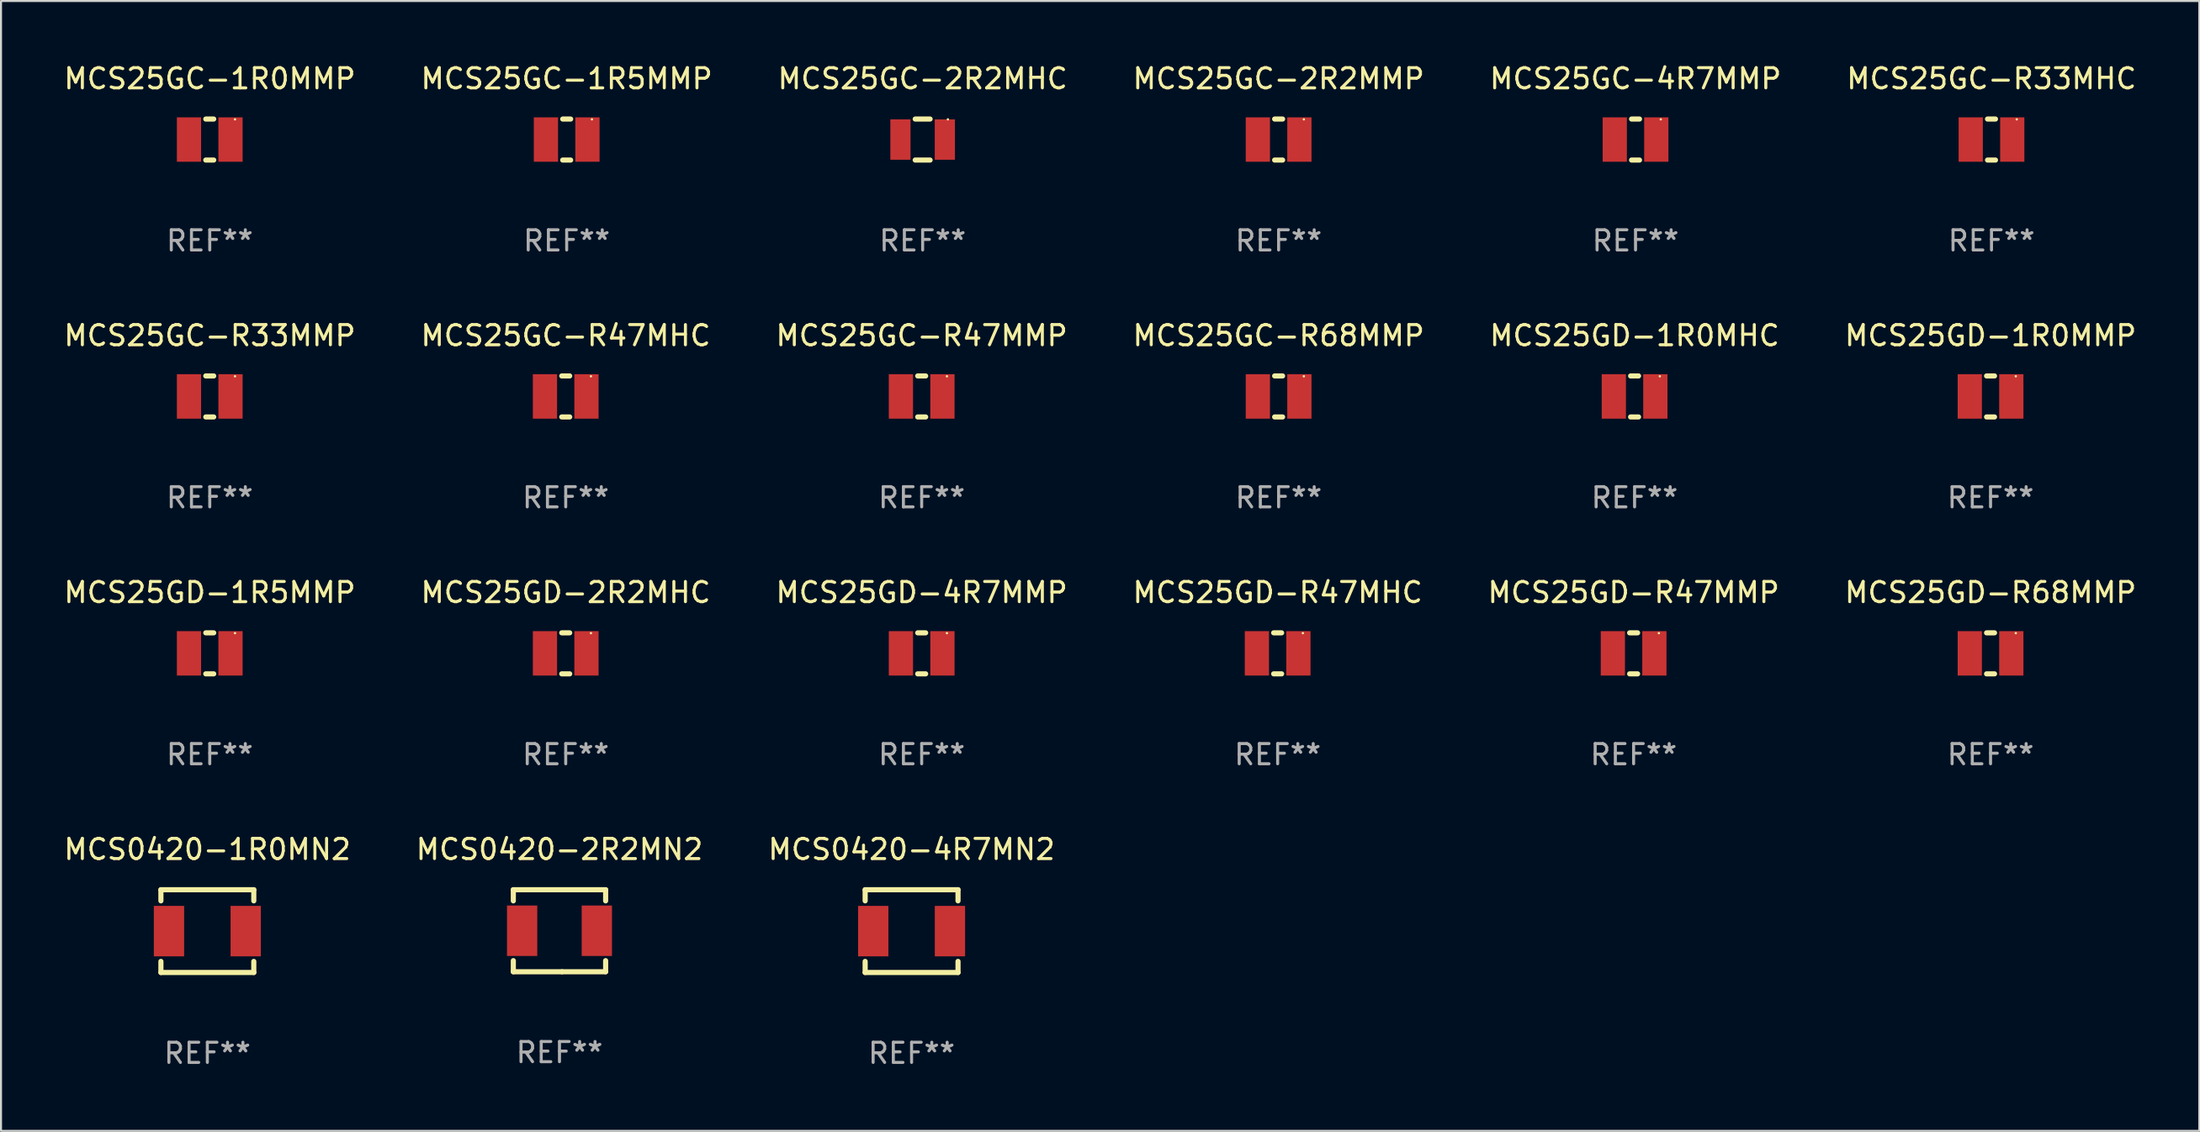
<source format=kicad_pcb>
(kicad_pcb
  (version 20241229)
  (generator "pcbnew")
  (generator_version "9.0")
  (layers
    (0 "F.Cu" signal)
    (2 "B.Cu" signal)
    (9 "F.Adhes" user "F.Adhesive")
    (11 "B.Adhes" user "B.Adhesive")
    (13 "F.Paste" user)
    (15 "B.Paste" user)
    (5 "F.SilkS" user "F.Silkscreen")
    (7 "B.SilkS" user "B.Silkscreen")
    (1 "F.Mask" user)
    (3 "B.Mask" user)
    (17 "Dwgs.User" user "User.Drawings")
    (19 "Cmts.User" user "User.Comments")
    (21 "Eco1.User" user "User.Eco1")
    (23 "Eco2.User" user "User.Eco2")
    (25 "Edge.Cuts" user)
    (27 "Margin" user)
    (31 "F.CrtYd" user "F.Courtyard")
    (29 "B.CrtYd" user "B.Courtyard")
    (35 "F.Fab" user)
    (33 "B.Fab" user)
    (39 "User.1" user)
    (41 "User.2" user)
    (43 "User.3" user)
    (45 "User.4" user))
  (footprint "MCS25GC-2R2MMP"
    (layer "F.Cu")
    (at 60.28 3.864)
    (property "Reference" "MCS25GC-2R2MMP" (at 0 -3.016 0) (layer "F.SilkS") (effects (font (size 1 1) (thickness 0.15))))
    (attr through_hole)
    (fp_line (start -0.197 1.016) (end 0.197 1.016) (stroke (width 0.254) (type solid)) (layer "F.SilkS"))
    (fp_line (start 0.197 -1.016) (end -0.197 -1.016) (stroke (width 0.254) (type solid)) (layer "F.SilkS"))
    (fp_circle (center 1.25 -1) (end 1.28 -1) (stroke (width 0.06) (type solid)) (fill no) (layer "F.SilkS"))
    (fp_text user "REF**" (at 0 5.016 0) (layer "F.Fab") (effects (font (size 1 1) (thickness 0.15))))
    (pad "1" smd rect (at 1.028 0) (size 1.2 2.2) (layers "F.Cu" "F.Mask" "F.Paste"))
    (pad "2" smd rect (at -1.028 0) (size 1.2 2.2) (layers "F.Cu" "F.Mask" "F.Paste")))
  (footprint "MCS25GC-R33MHC"
    (layer "F.Cu")
    (at 95.589 3.864)
    (property "Reference" "MCS25GC-R33MHC" (at 0 -3.016 0) (layer "F.SilkS") (effects (font (size 1 1) (thickness 0.15))))
    (attr through_hole)
    (fp_line (start -0.197 1.016) (end 0.197 1.016) (stroke (width 0.254) (type solid)) (layer "F.SilkS"))
    (fp_line (start 0.197 -1.016) (end -0.197 -1.016) (stroke (width 0.254) (type solid)) (layer "F.SilkS"))
    (fp_circle (center 1.25 -1) (end 1.28 -1) (stroke (width 0.06) (type solid)) (fill no) (layer "F.SilkS"))
    (fp_text user "REF**" (at 0 5.016 0) (layer "F.Fab") (effects (font (size 1 1) (thickness 0.15))))
    (pad "1" smd rect (at 1.028 0) (size 1.2 2.2) (layers "F.Cu" "F.Mask" "F.Paste"))
    (pad "2" smd rect (at -1.028 0) (size 1.2 2.2) (layers "F.Cu" "F.Mask" "F.Paste")))
  (footprint "MCS0420-4R7MN2"
    (layer "F.Cu")
    (at 42.101 43.084)
    (property "Reference" "MCS0420-4R7MN2" (at 0 -4.05 0) (layer "F.SilkS") (effects (font (size 1 1) (thickness 0.15))))
    (attr through_hole)
    (fp_line (start -2.3 -2.05) (end 2.3 -2.05) (stroke (width 0.254) (type solid)) (layer "F.SilkS"))
    (fp_line (start -2.3 -1.5) (end -2.3 -2.05) (stroke (width 0.254) (type solid)) (layer "F.SilkS"))
    (fp_line (start -2.3 2.05) (end -2.3 1.5) (stroke (width 0.254) (type solid)) (layer "F.SilkS"))
    (fp_line (start 2.3 2.05) (end 2.3 1.5) (stroke (width 0.254) (type solid)) (layer "F.SilkS"))
    (fp_line (start 2.3 -1.5) (end 2.3 -2.049) (stroke (width 0.254) (type solid)) (layer "F.SilkS"))
    (fp_line (start 2.3 2.05) (end -2.3 2.05) (stroke (width 0.254) (type solid)) (layer "F.SilkS"))
    (fp_circle (center -2.3 2.05) (end -2.27 2.05) (stroke (width 0.06) (type solid)) (fill no) (layer "F.SilkS"))
    (fp_text user "REF**" (at 0 6.05 0) (layer "F.Fab") (effects (font (size 1 1) (thickness 0.15))))
    (pad "1" smd rect (at -1.9 0 90) (size 2.5 1.5) (layers "F.Cu" "F.Mask" "F.Paste"))
    (pad "2" smd rect (at 1.9 0 90) (size 2.5 1.5) (layers "F.Cu" "F.Mask" "F.Paste")))
  (footprint "MCS25GD-1R0MHC"
    (layer "F.Cu")
    (at 77.911 16.593)
    (property "Reference" "MCS25GD-1R0MHC" (at 0 -3.016 0) (layer "F.SilkS") (effects (font (size 1 1) (thickness 0.15))))
    (attr through_hole)
    (fp_line (start -0.197 1.016) (end 0.197 1.016) (stroke (width 0.254) (type solid)) (layer "F.SilkS"))
    (fp_line (start 0.197 -1.016) (end -0.197 -1.016) (stroke (width 0.254) (type solid)) (layer "F.SilkS"))
    (fp_circle (center 1.25 -1) (end 1.28 -1) (stroke (width 0.06) (type solid)) (fill no) (layer "F.SilkS"))
    (fp_text user "REF**" (at 0 5.016 0) (layer "F.Fab") (effects (font (size 1 1) (thickness 0.15))))
    (pad "1" smd rect (at 1.028 0) (size 1.2 2.2) (layers "F.Cu" "F.Mask" "F.Paste"))
    (pad "2" smd rect (at -1.028 0) (size 1.2 2.2) (layers "F.Cu" "F.Mask" "F.Paste")))
  (footprint "MCS0420-2R2MN2"
    (layer "F.Cu")
    (at 24.661 43.066)
    (property "Reference" "MCS0420-2R2MN2" (at 0 -4.032 0) (layer "F.SilkS") (effects (font (size 1 1) (thickness 0.15))))
    (attr through_hole)
    (fp_line (start -2.286 -2.032) (end 2.286 -2.032) (stroke (width 0.254) (type solid)) (layer "F.SilkS"))
    (fp_line (start -2.286 -1.481) (end -2.286 -2.032) (stroke (width 0.254) (type solid)) (layer "F.SilkS"))
    (fp_line (start -2.286 2.032) (end -2.286 1.481) (stroke (width 0.254) (type solid)) (layer "F.SilkS"))
    (fp_line (start 0.127 2.032) (end -2.286 2.032) (stroke (width 0.254) (type solid)) (layer "F.SilkS"))
    (fp_line (start 2.286 -2.032) (end 2.286 -1.481) (stroke (width 0.254) (type solid)) (layer "F.SilkS"))
    (fp_line (start 2.286 1.481) (end 2.286 2.032) (stroke (width 0.254) (type solid)) (layer "F.SilkS"))
    (fp_line (start 2.286 2.032) (end 0.127 2.032) (stroke (width 0.254) (type solid)) (layer "F.SilkS"))
    (fp_circle (center -2.25 2) (end -2.22 2) (stroke (width 0.06) (type solid)) (fill no) (layer "F.SilkS"))
    (fp_text user "REF**" (at 0 6.032 0) (layer "F.Fab") (effects (font (size 1 1) (thickness 0.15))))
    (pad "1" smd rect (at -1.85 0) (size 1.5 2.5) (layers "F.Cu" "F.Mask" "F.Paste"))
    (pad "2" smd rect (at 1.85 0) (size 1.5 2.5) (layers "F.Cu" "F.Mask" "F.Paste")))
  (footprint "MCS25GC-R33MMP"
    (layer "F.Cu")
    (at 7.339 16.593)
    (property "Reference" "MCS25GC-R33MMP" (at 0 -3.016 0) (layer "F.SilkS") (effects (font (size 1 1) (thickness 0.15))))
    (attr through_hole)
    (fp_line (start -0.197 1.016) (end 0.197 1.016) (stroke (width 0.254) (type solid)) (layer "F.SilkS"))
    (fp_line (start 0.197 -1.016) (end -0.197 -1.016) (stroke (width 0.254) (type solid)) (layer "F.SilkS"))
    (fp_circle (center 1.25 -1) (end 1.28 -1) (stroke (width 0.06) (type solid)) (fill no) (layer "F.SilkS"))
    (fp_text user "REF**" (at 0 5.016 0) (layer "F.Fab") (effects (font (size 1 1) (thickness 0.15))))
    (pad "1" smd rect (at 1.028 0) (size 1.2 2.2) (layers "F.Cu" "F.Mask" "F.Paste"))
    (pad "2" smd rect (at -1.028 0) (size 1.2 2.2) (layers "F.Cu" "F.Mask" "F.Paste")))
  (footprint "MCS25GC-R68MMP"
    (layer "F.Cu")
    (at 60.28 16.593)
    (property "Reference" "MCS25GC-R68MMP" (at 0 -3.016 0) (layer "F.SilkS") (effects (font (size 1 1) (thickness 0.15))))
    (attr through_hole)
    (fp_line (start -0.197 1.016) (end 0.197 1.016) (stroke (width 0.254) (type solid)) (layer "F.SilkS"))
    (fp_line (start 0.197 -1.016) (end -0.197 -1.016) (stroke (width 0.254) (type solid)) (layer "F.SilkS"))
    (fp_circle (center 1.25 -1) (end 1.28 -1) (stroke (width 0.06) (type solid)) (fill no) (layer "F.SilkS"))
    (fp_text user "REF**" (at 0 5.016 0) (layer "F.Fab") (effects (font (size 1 1) (thickness 0.15))))
    (pad "1" smd rect (at 1.028 0) (size 1.2 2.2) (layers "F.Cu" "F.Mask" "F.Paste"))
    (pad "2" smd rect (at -1.028 0) (size 1.2 2.2) (layers "F.Cu" "F.Mask" "F.Paste")))
  (footprint "MCS25GD-1R5MMP"
    (layer "F.Cu")
    (at 7.339 29.321)
    (property "Reference" "MCS25GD-1R5MMP" (at 0 -3.016 0) (layer "F.SilkS") (effects (font (size 1 1) (thickness 0.15))))
    (attr through_hole)
    (fp_line (start -0.197 1.016) (end 0.197 1.016) (stroke (width 0.254) (type solid)) (layer "F.SilkS"))
    (fp_line (start 0.197 -1.016) (end -0.197 -1.016) (stroke (width 0.254) (type solid)) (layer "F.SilkS"))
    (fp_circle (center 1.25 -1) (end 1.28 -1) (stroke (width 0.06) (type solid)) (fill no) (layer "F.SilkS"))
    (fp_text user "REF**" (at 0 5.016 0) (layer "F.Fab") (effects (font (size 1 1) (thickness 0.15))))
    (pad "1" smd rect (at 1.028 0) (size 1.2 2.2) (layers "F.Cu" "F.Mask" "F.Paste"))
    (pad "2" smd rect (at -1.028 0) (size 1.2 2.2) (layers "F.Cu" "F.Mask" "F.Paste")))
  (footprint "MCS25GC-1R0MMP"
    (layer "F.Cu")
    (at 7.339 3.864)
    (property "Reference" "MCS25GC-1R0MMP" (at 0 -3.016 0) (layer "F.SilkS") (effects (font (size 1 1) (thickness 0.15))))
    (attr through_hole)
    (fp_line (start -0.197 1.016) (end 0.197 1.016) (stroke (width 0.254) (type solid)) (layer "F.SilkS"))
    (fp_line (start 0.197 -1.016) (end -0.197 -1.016) (stroke (width 0.254) (type solid)) (layer "F.SilkS"))
    (fp_circle (center 1.25 -1) (end 1.28 -1) (stroke (width 0.06) (type solid)) (fill no) (layer "F.SilkS"))
    (fp_text user "REF**" (at 0 5.016 0) (layer "F.Fab") (effects (font (size 1 1) (thickness 0.15))))
    (pad "1" smd rect (at 1.028 0) (size 1.2 2.2) (layers "F.Cu" "F.Mask" "F.Paste"))
    (pad "2" smd rect (at -1.028 0) (size 1.2 2.2) (layers "F.Cu" "F.Mask" "F.Paste")))
  (footprint "MCS25GD-R47MHC"
    (layer "F.Cu")
    (at 60.232 29.321)
    (property "Reference" "MCS25GD-R47MHC" (at 0 -3.016 0) (layer "F.SilkS") (effects (font (size 1 1) (thickness 0.15))))
    (attr through_hole)
    (fp_line (start -0.197 1.016) (end 0.197 1.016) (stroke (width 0.254) (type solid)) (layer "F.SilkS"))
    (fp_line (start 0.197 -1.016) (end -0.197 -1.016) (stroke (width 0.254) (type solid)) (layer "F.SilkS"))
    (fp_circle (center 1.25 -1) (end 1.28 -1) (stroke (width 0.06) (type solid)) (fill no) (layer "F.SilkS"))
    (fp_text user "REF**" (at 0 5.016 0) (layer "F.Fab") (effects (font (size 1 1) (thickness 0.15))))
    (pad "1" smd rect (at 1.028 0) (size 1.2 2.2) (layers "F.Cu" "F.Mask" "F.Paste"))
    (pad "2" smd rect (at -1.028 0) (size 1.2 2.2) (layers "F.Cu" "F.Mask" "F.Paste")))
  (footprint "MCS25GC-2R2MHC"
    (layer "F.Cu")
    (at 42.649 3.864)
    (property "Reference" "MCS25GC-2R2MHC" (at 0 -3.016 0) (layer "F.SilkS") (effects (font (size 1 1) (thickness 0.15))))
    (attr through_hole)
    (fp_line (start -0.369 1.016) (end 0.369 1.016) (stroke (width 0.254) (type solid)) (layer "F.SilkS"))
    (fp_line (start 0.369 -1.016) (end -0.369 -1.016) (stroke (width 0.254) (type solid)) (layer "F.SilkS"))
    (fp_circle (center 1.25 -1) (end 1.28 -1) (stroke (width 0.06) (type solid)) (fill no) (layer "F.SilkS"))
    (fp_text user "REF**" (at 0 5.016 0) (layer "F.Fab") (effects (font (size 1 1) (thickness 0.15))))
    (pad "1" smd rect (at 1.1 0) (size 1 2) (layers "F.Cu" "F.Mask" "F.Paste"))
    (pad "2" smd rect (at -1.1 0) (size 1 2) (layers "F.Cu" "F.Mask" "F.Paste")))
  (footprint "MCS25GC-R47MMP"
    (layer "F.Cu")
    (at 42.601 16.593)
    (property "Reference" "MCS25GC-R47MMP" (at 0 -3.016 0) (layer "F.SilkS") (effects (font (size 1 1) (thickness 0.15))))
    (attr through_hole)
    (fp_line (start -0.197 1.016) (end 0.197 1.016) (stroke (width 0.254) (type solid)) (layer "F.SilkS"))
    (fp_line (start 0.197 -1.016) (end -0.197 -1.016) (stroke (width 0.254) (type solid)) (layer "F.SilkS"))
    (fp_circle (center 1.25 -1) (end 1.28 -1) (stroke (width 0.06) (type solid)) (fill no) (layer "F.SilkS"))
    (fp_text user "REF**" (at 0 5.016 0) (layer "F.Fab") (effects (font (size 1 1) (thickness 0.15))))
    (pad "1" smd rect (at 1.028 0) (size 1.2 2.2) (layers "F.Cu" "F.Mask" "F.Paste"))
    (pad "2" smd rect (at -1.028 0) (size 1.2 2.2) (layers "F.Cu" "F.Mask" "F.Paste")))
  (footprint "MCS25GD-4R7MMP"
    (layer "F.Cu")
    (at 42.601 29.321)
    (property "Reference" "MCS25GD-4R7MMP" (at 0 -3.016 0) (layer "F.SilkS") (effects (font (size 1 1) (thickness 0.15))))
    (attr through_hole)
    (fp_line (start -0.197 1.016) (end 0.197 1.016) (stroke (width 0.254) (type solid)) (layer "F.SilkS"))
    (fp_line (start 0.197 -1.016) (end -0.197 -1.016) (stroke (width 0.254) (type solid)) (layer "F.SilkS"))
    (fp_circle (center 1.25 -1) (end 1.28 -1) (stroke (width 0.06) (type solid)) (fill no) (layer "F.SilkS"))
    (fp_text user "REF**" (at 0 5.016 0) (layer "F.Fab") (effects (font (size 1 1) (thickness 0.15))))
    (pad "1" smd rect (at 1.028 0) (size 1.2 2.2) (layers "F.Cu" "F.Mask" "F.Paste"))
    (pad "2" smd rect (at -1.028 0) (size 1.2 2.2) (layers "F.Cu" "F.Mask" "F.Paste")))
  (footprint "MCS25GC-1R5MMP"
    (layer "F.Cu")
    (at 25.018 3.864)
    (property "Reference" "MCS25GC-1R5MMP" (at 0 -3.016 0) (layer "F.SilkS") (effects (font (size 1 1) (thickness 0.15))))
    (attr through_hole)
    (fp_line (start -0.197 1.016) (end 0.197 1.016) (stroke (width 0.254) (type solid)) (layer "F.SilkS"))
    (fp_line (start 0.197 -1.016) (end -0.197 -1.016) (stroke (width 0.254) (type solid)) (layer "F.SilkS"))
    (fp_circle (center 1.25 -1) (end 1.28 -1) (stroke (width 0.06) (type solid)) (fill no) (layer "F.SilkS"))
    (fp_text user "REF**" (at 0 5.016 0) (layer "F.Fab") (effects (font (size 1 1) (thickness 0.15))))
    (pad "1" smd rect (at 1.028 0) (size 1.2 2.2) (layers "F.Cu" "F.Mask" "F.Paste"))
    (pad "2" smd rect (at -1.028 0) (size 1.2 2.2) (layers "F.Cu" "F.Mask" "F.Paste")))
  (footprint "MCS25GD-1R0MMP"
    (layer "F.Cu")
    (at 95.542 16.593)
    (property "Reference" "MCS25GD-1R0MMP" (at 0 -3.016 0) (layer "F.SilkS") (effects (font (size 1 1) (thickness 0.15))))
    (attr through_hole)
    (fp_line (start -0.197 1.016) (end 0.197 1.016) (stroke (width 0.254) (type solid)) (layer "F.SilkS"))
    (fp_line (start 0.197 -1.016) (end -0.197 -1.016) (stroke (width 0.254) (type solid)) (layer "F.SilkS"))
    (fp_circle (center 1.25 -1) (end 1.28 -1) (stroke (width 0.06) (type solid)) (fill no) (layer "F.SilkS"))
    (fp_text user "REF**" (at 0 5.016 0) (layer "F.Fab") (effects (font (size 1 1) (thickness 0.15))))
    (pad "1" smd rect (at 1.028 0) (size 1.2 2.2) (layers "F.Cu" "F.Mask" "F.Paste"))
    (pad "2" smd rect (at -1.028 0) (size 1.2 2.2) (layers "F.Cu" "F.Mask" "F.Paste")))
  (footprint "MCS25GD-R47MMP"
    (layer "F.Cu")
    (at 77.863 29.321)
    (property "Reference" "MCS25GD-R47MMP" (at 0 -3.016 0) (layer "F.SilkS") (effects (font (size 1 1) (thickness 0.15))))
    (attr through_hole)
    (fp_line (start -0.197 1.016) (end 0.197 1.016) (stroke (width 0.254) (type solid)) (layer "F.SilkS"))
    (fp_line (start 0.197 -1.016) (end -0.197 -1.016) (stroke (width 0.254) (type solid)) (layer "F.SilkS"))
    (fp_circle (center 1.25 -1) (end 1.28 -1) (stroke (width 0.06) (type solid)) (fill no) (layer "F.SilkS"))
    (fp_text user "REF**" (at 0 5.016 0) (layer "F.Fab") (effects (font (size 1 1) (thickness 0.15))))
    (pad "1" smd rect (at 1.028 0) (size 1.2 2.2) (layers "F.Cu" "F.Mask" "F.Paste"))
    (pad "2" smd rect (at -1.028 0) (size 1.2 2.2) (layers "F.Cu" "F.Mask" "F.Paste")))
  (footprint "MCS25GD-R68MMP"
    (layer "F.Cu")
    (at 95.542 29.321)
    (property "Reference" "MCS25GD-R68MMP" (at 0 -3.016 0) (layer "F.SilkS") (effects (font (size 1 1) (thickness 0.15))))
    (attr through_hole)
    (fp_line (start -0.197 1.016) (end 0.197 1.016) (stroke (width 0.254) (type solid)) (layer "F.SilkS"))
    (fp_line (start 0.197 -1.016) (end -0.197 -1.016) (stroke (width 0.254) (type solid)) (layer "F.SilkS"))
    (fp_circle (center 1.25 -1) (end 1.28 -1) (stroke (width 0.06) (type solid)) (fill no) (layer "F.SilkS"))
    (fp_text user "REF**" (at 0 5.016 0) (layer "F.Fab") (effects (font (size 1 1) (thickness 0.15))))
    (pad "1" smd rect (at 1.028 0) (size 1.2 2.2) (layers "F.Cu" "F.Mask" "F.Paste"))
    (pad "2" smd rect (at -1.028 0) (size 1.2 2.2) (layers "F.Cu" "F.Mask" "F.Paste")))
  (footprint "MCS25GC-4R7MMP"
    (layer "F.Cu")
    (at 77.958 3.864)
    (property "Reference" "MCS25GC-4R7MMP" (at 0 -3.016 0) (layer "F.SilkS") (effects (font (size 1 1) (thickness 0.15))))
    (attr through_hole)
    (fp_line (start -0.197 1.016) (end 0.197 1.016) (stroke (width 0.254) (type solid)) (layer "F.SilkS"))
    (fp_line (start 0.197 -1.016) (end -0.197 -1.016) (stroke (width 0.254) (type solid)) (layer "F.SilkS"))
    (fp_circle (center 1.25 -1) (end 1.28 -1) (stroke (width 0.06) (type solid)) (fill no) (layer "F.SilkS"))
    (fp_text user "REF**" (at 0 5.016 0) (layer "F.Fab") (effects (font (size 1 1) (thickness 0.15))))
    (pad "1" smd rect (at 1.028 0) (size 1.2 2.2) (layers "F.Cu" "F.Mask" "F.Paste"))
    (pad "2" smd rect (at -1.028 0) (size 1.2 2.2) (layers "F.Cu" "F.Mask" "F.Paste")))
  (footprint "MCS25GD-2R2MHC"
    (layer "F.Cu")
    (at 24.97 29.321)
    (property "Reference" "MCS25GD-2R2MHC" (at 0 -3.016 0) (layer "F.SilkS") (effects (font (size 1 1) (thickness 0.15))))
    (attr through_hole)
    (fp_line (start -0.197 1.016) (end 0.197 1.016) (stroke (width 0.254) (type solid)) (layer "F.SilkS"))
    (fp_line (start 0.197 -1.016) (end -0.197 -1.016) (stroke (width 0.254) (type solid)) (layer "F.SilkS"))
    (fp_circle (center 1.25 -1) (end 1.28 -1) (stroke (width 0.06) (type solid)) (fill no) (layer "F.SilkS"))
    (fp_text user "REF**" (at 0 5.016 0) (layer "F.Fab") (effects (font (size 1 1) (thickness 0.15))))
    (pad "1" smd rect (at 1.028 0) (size 1.2 2.2) (layers "F.Cu" "F.Mask" "F.Paste"))
    (pad "2" smd rect (at -1.028 0) (size 1.2 2.2) (layers "F.Cu" "F.Mask" "F.Paste")))
  (footprint "MCS0420-1R0MN2"
    (layer "F.Cu")
    (at 7.22 43.084)
    (property "Reference" "MCS0420-1R0MN2" (at 0 -4.05 0) (layer "F.SilkS") (effects (font (size 1 1) (thickness 0.15))))
    (attr through_hole)
    (fp_line (start -2.3 -2.05) (end 2.3 -2.05) (stroke (width 0.254) (type solid)) (layer "F.SilkS"))
    (fp_line (start -2.3 -1.5) (end -2.3 -2.05) (stroke (width 0.254) (type solid)) (layer "F.SilkS"))
    (fp_line (start -2.3 2.05) (end -2.3 1.5) (stroke (width 0.254) (type solid)) (layer "F.SilkS"))
    (fp_line (start 2.3 2.05) (end 2.3 1.5) (stroke (width 0.254) (type solid)) (layer "F.SilkS"))
    (fp_line (start 2.3 -1.5) (end 2.3 -2.049) (stroke (width 0.254) (type solid)) (layer "F.SilkS"))
    (fp_line (start 2.3 2.05) (end -2.3 2.05) (stroke (width 0.254) (type solid)) (layer "F.SilkS"))
    (fp_circle (center -2.3 2.05) (end -2.27 2.05) (stroke (width 0.06) (type solid)) (fill no) (layer "F.SilkS"))
    (fp_text user "REF**" (at 0 6.05 0) (layer "F.Fab") (effects (font (size 1 1) (thickness 0.15))))
    (pad "1" smd rect (at -1.9 0 90) (size 2.5 1.5) (layers "F.Cu" "F.Mask" "F.Paste"))
    (pad "2" smd rect (at 1.9 0 90) (size 2.5 1.5) (layers "F.Cu" "F.Mask" "F.Paste")))
  (footprint "MCS25GC-R47MHC"
    (layer "F.Cu")
    (at 24.97 16.593)
    (property "Reference" "MCS25GC-R47MHC" (at 0 -3.016 0) (layer "F.SilkS") (effects (font (size 1 1) (thickness 0.15))))
    (attr through_hole)
    (fp_line (start -0.197 1.016) (end 0.197 1.016) (stroke (width 0.254) (type solid)) (layer "F.SilkS"))
    (fp_line (start 0.197 -1.016) (end -0.197 -1.016) (stroke (width 0.254) (type solid)) (layer "F.SilkS"))
    (fp_circle (center 1.25 -1) (end 1.28 -1) (stroke (width 0.06) (type solid)) (fill no) (layer "F.SilkS"))
    (fp_text user "REF**" (at 0 5.016 0) (layer "F.Fab") (effects (font (size 1 1) (thickness 0.15))))
    (pad "1" smd rect (at 1.028 0) (size 1.2 2.2) (layers "F.Cu" "F.Mask" "F.Paste"))
    (pad "2" smd rect (at -1.028 0) (size 1.2 2.2) (layers "F.Cu" "F.Mask" "F.Paste")))
  (gr_rect
    (start -3 -3)
    (end 105.881 52.982)
    (stroke (width 0.1) (type default))
    (fill no)
    (layer "Edge.Cuts")))
</source>
